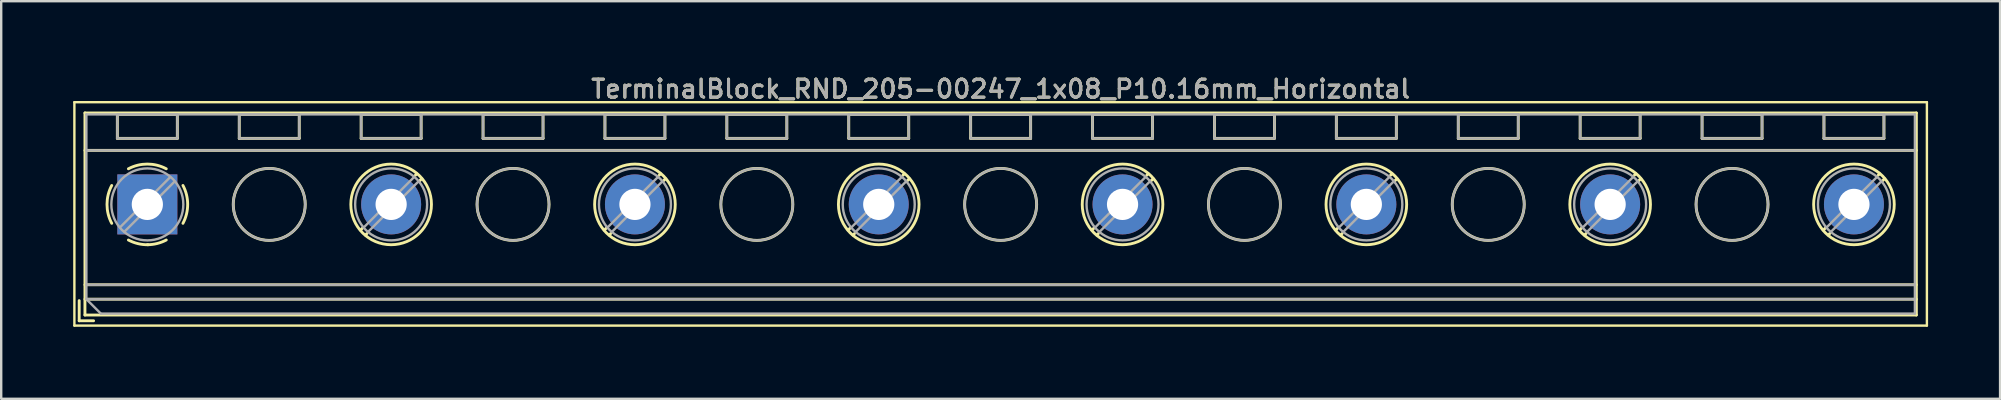
<source format=kicad_pcb>
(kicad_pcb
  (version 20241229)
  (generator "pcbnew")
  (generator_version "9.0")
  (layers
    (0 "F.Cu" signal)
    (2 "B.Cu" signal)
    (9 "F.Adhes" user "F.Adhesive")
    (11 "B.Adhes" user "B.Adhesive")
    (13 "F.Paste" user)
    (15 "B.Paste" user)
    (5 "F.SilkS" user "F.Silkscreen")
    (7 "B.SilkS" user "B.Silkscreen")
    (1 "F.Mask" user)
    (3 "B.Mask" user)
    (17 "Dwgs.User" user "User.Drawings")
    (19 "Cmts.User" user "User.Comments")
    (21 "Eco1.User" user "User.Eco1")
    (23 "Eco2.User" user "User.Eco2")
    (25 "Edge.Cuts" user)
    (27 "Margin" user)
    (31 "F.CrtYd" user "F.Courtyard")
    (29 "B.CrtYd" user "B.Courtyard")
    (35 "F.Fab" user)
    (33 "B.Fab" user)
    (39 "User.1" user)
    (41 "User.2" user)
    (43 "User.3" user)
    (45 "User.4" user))
  (footprint "TerminalBlock_RND_205-00247_1x08_P10.16mm_Horizontal"
    (layer "F.Cu")
    (at 3.09 5.468)
    (property "Reference" "TerminalBlock_RND_205-00247_1x08_P10.16mm_Horizontal" (at 35.56 -4.81 0) (layer "F.SilkS") (effects (font (size 0.75 0.75) (thickness 0.125))))
    (attr through_hole)
    (fp_line (start -3.04 -4.26) (end -3.04 5.05) (stroke (width 0.1) (type solid)) (layer "F.SilkS"))
    (fp_line (start -3.04 5.05) (end 74.16 5.05) (stroke (width 0.1) (type solid)) (layer "F.SilkS"))
    (fp_line (start -2.84 4.01) (end -2.84 4.85) (stroke (width 0.12) (type solid)) (layer "F.SilkS"))
    (fp_line (start -2.84 4.85) (end -2.24 4.85) (stroke (width 0.12) (type solid)) (layer "F.SilkS"))
    (fp_line (start -2.6 -3.811) (end -2.6 4.61) (stroke (width 0.12) (type solid)) (layer "F.SilkS"))
    (fp_line (start -2.6 -3.811) (end 73.721 -3.811) (stroke (width 0.12) (type solid)) (layer "F.SilkS"))
    (fp_line (start -2.6 -2.251) (end 73.721 -2.251) (stroke (width 0.12) (type solid)) (layer "F.SilkS"))
    (fp_line (start -2.6 3.35) (end 73.721 3.35) (stroke (width 0.12) (type solid)) (layer "F.SilkS"))
    (fp_line (start -2.6 3.95) (end 73.721 3.95) (stroke (width 0.12) (type solid)) (layer "F.SilkS"))
    (fp_line (start -2.6 4.61) (end 73.721 4.61) (stroke (width 0.12) (type solid)) (layer "F.SilkS"))
    (fp_line (start -1.25 -3.751) (end -1.25 -2.751) (stroke (width 0.12) (type solid)) (layer "F.SilkS"))
    (fp_line (start -1.25 -3.751) (end 1.25 -3.751) (stroke (width 0.12) (type solid)) (layer "F.SilkS"))
    (fp_line (start -1.25 -2.751) (end 1.25 -2.751) (stroke (width 0.12) (type solid)) (layer "F.SilkS"))
    (fp_line (start 1.25 -3.751) (end 1.25 -2.751) (stroke (width 0.12) (type solid)) (layer "F.SilkS"))
    (fp_line (start 3.83 -3.751) (end 3.83 -2.751) (stroke (width 0.12) (type solid)) (layer "F.SilkS"))
    (fp_line (start 3.83 -3.751) (end 6.33 -3.751) (stroke (width 0.12) (type solid)) (layer "F.SilkS"))
    (fp_line (start 3.83 -2.751) (end 6.33 -2.751) (stroke (width 0.12) (type solid)) (layer "F.SilkS"))
    (fp_line (start 6.33 -3.751) (end 6.33 -2.751) (stroke (width 0.12) (type solid)) (layer "F.SilkS"))
    (fp_line (start 8.91 -3.751) (end 8.91 -2.751) (stroke (width 0.12) (type solid)) (layer "F.SilkS"))
    (fp_line (start 8.91 -3.751) (end 11.41 -3.751) (stroke (width 0.12) (type solid)) (layer "F.SilkS"))
    (fp_line (start 8.91 -2.751) (end 11.41 -2.751) (stroke (width 0.12) (type solid)) (layer "F.SilkS"))
    (fp_line (start 8.98 0.976) (end 8.886 1.069) (stroke (width 0.12) (type solid)) (layer "F.SilkS"))
    (fp_line (start 9.15 1.216) (end 9.091 1.274) (stroke (width 0.12) (type solid)) (layer "F.SilkS"))
    (fp_line (start 11.23 -1.275) (end 11.171 -1.216) (stroke (width 0.12) (type solid)) (layer "F.SilkS"))
    (fp_line (start 11.41 -3.751) (end 11.41 -2.751) (stroke (width 0.12) (type solid)) (layer "F.SilkS"))
    (fp_line (start 11.435 -1.069) (end 11.341 -0.976) (stroke (width 0.12) (type solid)) (layer "F.SilkS"))
    (fp_line (start 13.99 -3.751) (end 13.99 -2.751) (stroke (width 0.12) (type solid)) (layer "F.SilkS"))
    (fp_line (start 13.99 -3.751) (end 16.49 -3.751) (stroke (width 0.12) (type solid)) (layer "F.SilkS"))
    (fp_line (start 13.99 -2.751) (end 16.49 -2.751) (stroke (width 0.12) (type solid)) (layer "F.SilkS"))
    (fp_line (start 16.49 -3.751) (end 16.49 -2.751) (stroke (width 0.12) (type solid)) (layer "F.SilkS"))
    (fp_line (start 19.07 -3.751) (end 19.07 -2.751) (stroke (width 0.12) (type solid)) (layer "F.SilkS"))
    (fp_line (start 19.07 -3.751) (end 21.57 -3.751) (stroke (width 0.12) (type solid)) (layer "F.SilkS"))
    (fp_line (start 19.07 -2.751) (end 21.57 -2.751) (stroke (width 0.12) (type solid)) (layer "F.SilkS"))
    (fp_line (start 19.14 0.976) (end 19.046 1.069) (stroke (width 0.12) (type solid)) (layer "F.SilkS"))
    (fp_line (start 19.31 1.216) (end 19.251 1.274) (stroke (width 0.12) (type solid)) (layer "F.SilkS"))
    (fp_line (start 21.39 -1.275) (end 21.331 -1.216) (stroke (width 0.12) (type solid)) (layer "F.SilkS"))
    (fp_line (start 21.57 -3.751) (end 21.57 -2.751) (stroke (width 0.12) (type solid)) (layer "F.SilkS"))
    (fp_line (start 21.595 -1.069) (end 21.501 -0.976) (stroke (width 0.12) (type solid)) (layer "F.SilkS"))
    (fp_line (start 24.15 -3.751) (end 24.15 -2.751) (stroke (width 0.12) (type solid)) (layer "F.SilkS"))
    (fp_line (start 24.15 -3.751) (end 26.65 -3.751) (stroke (width 0.12) (type solid)) (layer "F.SilkS"))
    (fp_line (start 24.15 -2.751) (end 26.65 -2.751) (stroke (width 0.12) (type solid)) (layer "F.SilkS"))
    (fp_line (start 26.65 -3.751) (end 26.65 -2.751) (stroke (width 0.12) (type solid)) (layer "F.SilkS"))
    (fp_line (start 29.23 -3.751) (end 29.23 -2.751) (stroke (width 0.12) (type solid)) (layer "F.SilkS"))
    (fp_line (start 29.23 -3.751) (end 31.73 -3.751) (stroke (width 0.12) (type solid)) (layer "F.SilkS"))
    (fp_line (start 29.23 -2.751) (end 31.73 -2.751) (stroke (width 0.12) (type solid)) (layer "F.SilkS"))
    (fp_line (start 29.3 0.976) (end 29.206 1.069) (stroke (width 0.12) (type solid)) (layer "F.SilkS"))
    (fp_line (start 29.47 1.216) (end 29.411 1.274) (stroke (width 0.12) (type solid)) (layer "F.SilkS"))
    (fp_line (start 31.55 -1.275) (end 31.491 -1.216) (stroke (width 0.12) (type solid)) (layer "F.SilkS"))
    (fp_line (start 31.73 -3.751) (end 31.73 -2.751) (stroke (width 0.12) (type solid)) (layer "F.SilkS"))
    (fp_line (start 31.755 -1.069) (end 31.661 -0.976) (stroke (width 0.12) (type solid)) (layer "F.SilkS"))
    (fp_line (start 34.31 -3.751) (end 34.31 -2.751) (stroke (width 0.12) (type solid)) (layer "F.SilkS"))
    (fp_line (start 34.31 -3.751) (end 36.81 -3.751) (stroke (width 0.12) (type solid)) (layer "F.SilkS"))
    (fp_line (start 34.31 -2.751) (end 36.81 -2.751) (stroke (width 0.12) (type solid)) (layer "F.SilkS"))
    (fp_line (start 36.81 -3.751) (end 36.81 -2.751) (stroke (width 0.12) (type solid)) (layer "F.SilkS"))
    (fp_line (start 39.39 -3.751) (end 39.39 -2.751) (stroke (width 0.12) (type solid)) (layer "F.SilkS"))
    (fp_line (start 39.39 -3.751) (end 41.89 -3.751) (stroke (width 0.12) (type solid)) (layer "F.SilkS"))
    (fp_line (start 39.39 -2.751) (end 41.89 -2.751) (stroke (width 0.12) (type solid)) (layer "F.SilkS"))
    (fp_line (start 39.46 0.976) (end 39.366 1.069) (stroke (width 0.12) (type solid)) (layer "F.SilkS"))
    (fp_line (start 39.63 1.216) (end 39.571 1.274) (stroke (width 0.12) (type solid)) (layer "F.SilkS"))
    (fp_line (start 41.71 -1.275) (end 41.651 -1.216) (stroke (width 0.12) (type solid)) (layer "F.SilkS"))
    (fp_line (start 41.89 -3.751) (end 41.89 -2.751) (stroke (width 0.12) (type solid)) (layer "F.SilkS"))
    (fp_line (start 41.915 -1.069) (end 41.821 -0.976) (stroke (width 0.12) (type solid)) (layer "F.SilkS"))
    (fp_line (start 44.47 -3.751) (end 44.47 -2.751) (stroke (width 0.12) (type solid)) (layer "F.SilkS"))
    (fp_line (start 44.47 -3.751) (end 46.97 -3.751) (stroke (width 0.12) (type solid)) (layer "F.SilkS"))
    (fp_line (start 44.47 -2.751) (end 46.97 -2.751) (stroke (width 0.12) (type solid)) (layer "F.SilkS"))
    (fp_line (start 46.97 -3.751) (end 46.97 -2.751) (stroke (width 0.12) (type solid)) (layer "F.SilkS"))
    (fp_line (start 49.55 -3.751) (end 49.55 -2.751) (stroke (width 0.12) (type solid)) (layer "F.SilkS"))
    (fp_line (start 49.55 -3.751) (end 52.05 -3.751) (stroke (width 0.12) (type solid)) (layer "F.SilkS"))
    (fp_line (start 49.55 -2.751) (end 52.05 -2.751) (stroke (width 0.12) (type solid)) (layer "F.SilkS"))
    (fp_line (start 49.62 0.976) (end 49.526 1.069) (stroke (width 0.12) (type solid)) (layer "F.SilkS"))
    (fp_line (start 49.79 1.216) (end 49.731 1.274) (stroke (width 0.12) (type solid)) (layer "F.SilkS"))
    (fp_line (start 51.87 -1.275) (end 51.811 -1.216) (stroke (width 0.12) (type solid)) (layer "F.SilkS"))
    (fp_line (start 52.05 -3.751) (end 52.05 -2.751) (stroke (width 0.12) (type solid)) (layer "F.SilkS"))
    (fp_line (start 52.075 -1.069) (end 51.981 -0.976) (stroke (width 0.12) (type solid)) (layer "F.SilkS"))
    (fp_line (start 54.63 -3.751) (end 54.63 -2.751) (stroke (width 0.12) (type solid)) (layer "F.SilkS"))
    (fp_line (start 54.63 -3.751) (end 57.13 -3.751) (stroke (width 0.12) (type solid)) (layer "F.SilkS"))
    (fp_line (start 54.63 -2.751) (end 57.13 -2.751) (stroke (width 0.12) (type solid)) (layer "F.SilkS"))
    (fp_line (start 57.13 -3.751) (end 57.13 -2.751) (stroke (width 0.12) (type solid)) (layer "F.SilkS"))
    (fp_line (start 59.71 -3.751) (end 59.71 -2.751) (stroke (width 0.12) (type solid)) (layer "F.SilkS"))
    (fp_line (start 59.71 -3.751) (end 62.21 -3.751) (stroke (width 0.12) (type solid)) (layer "F.SilkS"))
    (fp_line (start 59.71 -2.751) (end 62.21 -2.751) (stroke (width 0.12) (type solid)) (layer "F.SilkS"))
    (fp_line (start 59.78 0.976) (end 59.686 1.069) (stroke (width 0.12) (type solid)) (layer "F.SilkS"))
    (fp_line (start 59.95 1.216) (end 59.891 1.274) (stroke (width 0.12) (type solid)) (layer "F.SilkS"))
    (fp_line (start 62.03 -1.275) (end 61.971 -1.216) (stroke (width 0.12) (type solid)) (layer "F.SilkS"))
    (fp_line (start 62.21 -3.751) (end 62.21 -2.751) (stroke (width 0.12) (type solid)) (layer "F.SilkS"))
    (fp_line (start 62.235 -1.069) (end 62.141 -0.976) (stroke (width 0.12) (type solid)) (layer "F.SilkS"))
    (fp_line (start 64.791 -3.751) (end 64.791 -2.751) (stroke (width 0.12) (type solid)) (layer "F.SilkS"))
    (fp_line (start 64.791 -3.751) (end 67.29 -3.751) (stroke (width 0.12) (type solid)) (layer "F.SilkS"))
    (fp_line (start 64.791 -2.751) (end 67.29 -2.751) (stroke (width 0.12) (type solid)) (layer "F.SilkS"))
    (fp_line (start 67.29 -3.751) (end 67.29 -2.751) (stroke (width 0.12) (type solid)) (layer "F.SilkS"))
    (fp_line (start 69.87 -3.751) (end 69.87 -2.751) (stroke (width 0.12) (type solid)) (layer "F.SilkS"))
    (fp_line (start 69.87 -3.751) (end 72.37 -3.751) (stroke (width 0.12) (type solid)) (layer "F.SilkS"))
    (fp_line (start 69.87 -2.751) (end 72.37 -2.751) (stroke (width 0.12) (type solid)) (layer "F.SilkS"))
    (fp_line (start 69.94 0.976) (end 69.846 1.069) (stroke (width 0.12) (type solid)) (layer "F.SilkS"))
    (fp_line (start 70.11 1.216) (end 70.051 1.274) (stroke (width 0.12) (type solid)) (layer "F.SilkS"))
    (fp_line (start 72.19 -1.275) (end 72.131 -1.216) (stroke (width 0.12) (type solid)) (layer "F.SilkS"))
    (fp_line (start 72.37 -3.751) (end 72.37 -2.751) (stroke (width 0.12) (type solid)) (layer "F.SilkS"))
    (fp_line (start 72.395 -1.069) (end 72.301 -0.976) (stroke (width 0.12) (type solid)) (layer "F.SilkS"))
    (fp_line (start 73.721 -3.811) (end 73.721 4.61) (stroke (width 0.12) (type solid)) (layer "F.SilkS"))
    (fp_line (start 74.16 -4.26) (end -3.04 -4.26) (stroke (width 0.1) (type solid)) (layer "F.SilkS"))
    (fp_line (start 74.16 5.05) (end 74.16 -4.26) (stroke (width 0.1) (type solid)) (layer "F.SilkS"))
    (fp_arc (start -1.483953 0.789089) (mid -1.680708 0.00005) (end -1.484 -0.789) (stroke (width 0.12) (type solid)) (layer "F.SilkS"))
    (fp_arc (start -0.789089 -1.483953) (mid -0.00005 -1.680708) (end 0.789 -1.484) (stroke (width 0.12) (type solid)) (layer "F.SilkS"))
    (fp_arc (start 0.029383 1.68045) (mid -0.392304 1.634281) (end -0.789 1.484) (stroke (width 0.12) (type solid)) (layer "F.SilkS"))
    (fp_arc (start 0.788712 1.483352) (mid 0.406429 1.630097) (end 0 1.68) (stroke (width 0.12) (type solid)) (layer "F.SilkS"))
    (fp_arc (start 1.483953 -0.789089) (mid 1.680708 -0.00005) (end 1.484 0.789) (stroke (width 0.12) (type solid)) (layer "F.SilkS"))
    (fp_circle (center 5.08 0) (end 6.58 0) (stroke (width 0.12) (type solid)) (fill no) (layer "F.SilkS"))
    (fp_circle (center 10.16 0) (end 11.84 0) (stroke (width 0.12) (type solid)) (fill no) (layer "F.SilkS"))
    (fp_circle (center 15.24 0) (end 16.74 0) (stroke (width 0.12) (type solid)) (fill no) (layer "F.SilkS"))
    (fp_circle (center 20.32 0) (end 22 0) (stroke (width 0.12) (type solid)) (fill no) (layer "F.SilkS"))
    (fp_circle (center 25.4 0) (end 26.9 0) (stroke (width 0.12) (type solid)) (fill no) (layer "F.SilkS"))
    (fp_circle (center 30.48 0) (end 32.16 0) (stroke (width 0.12) (type solid)) (fill no) (layer "F.SilkS"))
    (fp_circle (center 35.56 0) (end 37.06 0) (stroke (width 0.12) (type solid)) (fill no) (layer "F.SilkS"))
    (fp_circle (center 40.64 0) (end 42.32 0) (stroke (width 0.12) (type solid)) (fill no) (layer "F.SilkS"))
    (fp_circle (center 45.72 0) (end 47.22 0) (stroke (width 0.12) (type solid)) (fill no) (layer "F.SilkS"))
    (fp_circle (center 50.8 0) (end 52.48 0) (stroke (width 0.12) (type solid)) (fill no) (layer "F.SilkS"))
    (fp_circle (center 55.88 0) (end 57.38 0) (stroke (width 0.12) (type solid)) (fill no) (layer "F.SilkS"))
    (fp_circle (center 60.96 0) (end 62.64 0) (stroke (width 0.12) (type solid)) (fill no) (layer "F.SilkS"))
    (fp_circle (center 66.04 0) (end 67.54 0) (stroke (width 0.12) (type solid)) (fill no) (layer "F.SilkS"))
    (fp_circle (center 71.12 0) (end 72.8 0) (stroke (width 0.12) (type solid)) (fill no) (layer "F.SilkS"))
    (fp_line (start -2.54 -3.75) (end 73.66 -3.75) (stroke (width 0.1) (type solid)) (layer "F.Fab"))
    (fp_line (start -2.54 -2.25) (end 73.66 -2.25) (stroke (width 0.1) (type solid)) (layer "F.Fab"))
    (fp_line (start -2.54 3.35) (end 73.66 3.35) (stroke (width 0.1) (type solid)) (layer "F.Fab"))
    (fp_line (start -2.54 3.95) (end -2.54 -3.75) (stroke (width 0.1) (type solid)) (layer "F.Fab"))
    (fp_line (start -2.54 3.95) (end 73.66 3.95) (stroke (width 0.1) (type solid)) (layer "F.Fab"))
    (fp_line (start -1.94 4.55) (end -2.54 3.95) (stroke (width 0.1) (type solid)) (layer "F.Fab"))
    (fp_line (start -1.25 -3.75) (end -1.25 -2.75) (stroke (width 0.1) (type solid)) (layer "F.Fab"))
    (fp_line (start -1.25 -2.75) (end 1.25 -2.75) (stroke (width 0.1) (type solid)) (layer "F.Fab"))
    (fp_line (start 0.955 -1.138) (end -1.138 0.955) (stroke (width 0.1) (type solid)) (layer "F.Fab"))
    (fp_line (start 1.138 -0.955) (end -0.955 1.138) (stroke (width 0.1) (type solid)) (layer "F.Fab"))
    (fp_line (start 1.25 -3.75) (end -1.25 -3.75) (stroke (width 0.1) (type solid)) (layer "F.Fab"))
    (fp_line (start 1.25 -2.75) (end 1.25 -3.75) (stroke (width 0.1) (type solid)) (layer "F.Fab"))
    (fp_line (start 3.83 -3.75) (end 3.83 -2.75) (stroke (width 0.1) (type solid)) (layer "F.Fab"))
    (fp_line (start 3.83 -2.75) (end 6.33 -2.75) (stroke (width 0.1) (type solid)) (layer "F.Fab"))
    (fp_line (start 6.33 -3.75) (end 3.83 -3.75) (stroke (width 0.1) (type solid)) (layer "F.Fab"))
    (fp_line (start 6.33 -2.75) (end 6.33 -3.75) (stroke (width 0.1) (type solid)) (layer "F.Fab"))
    (fp_line (start 8.91 -3.75) (end 8.91 -2.75) (stroke (width 0.1) (type solid)) (layer "F.Fab"))
    (fp_line (start 8.91 -2.75) (end 11.41 -2.75) (stroke (width 0.1) (type solid)) (layer "F.Fab"))
    (fp_line (start 11.115 -1.138) (end 9.023 0.955) (stroke (width 0.1) (type solid)) (layer "F.Fab"))
    (fp_line (start 11.298 -0.955) (end 9.206 1.138) (stroke (width 0.1) (type solid)) (layer "F.Fab"))
    (fp_line (start 11.41 -3.75) (end 8.91 -3.75) (stroke (width 0.1) (type solid)) (layer "F.Fab"))
    (fp_line (start 11.41 -2.75) (end 11.41 -3.75) (stroke (width 0.1) (type solid)) (layer "F.Fab"))
    (fp_line (start 13.99 -3.75) (end 13.99 -2.75) (stroke (width 0.1) (type solid)) (layer "F.Fab"))
    (fp_line (start 13.99 -2.75) (end 16.49 -2.75) (stroke (width 0.1) (type solid)) (layer "F.Fab"))
    (fp_line (start 16.49 -3.75) (end 13.99 -3.75) (stroke (width 0.1) (type solid)) (layer "F.Fab"))
    (fp_line (start 16.49 -2.75) (end 16.49 -3.75) (stroke (width 0.1) (type solid)) (layer "F.Fab"))
    (fp_line (start 19.07 -3.75) (end 19.07 -2.75) (stroke (width 0.1) (type solid)) (layer "F.Fab"))
    (fp_line (start 19.07 -2.75) (end 21.57 -2.75) (stroke (width 0.1) (type solid)) (layer "F.Fab"))
    (fp_line (start 21.275 -1.138) (end 19.183 0.955) (stroke (width 0.1) (type solid)) (layer "F.Fab"))
    (fp_line (start 21.458 -0.955) (end 19.366 1.138) (stroke (width 0.1) (type solid)) (layer "F.Fab"))
    (fp_line (start 21.57 -3.75) (end 19.07 -3.75) (stroke (width 0.1) (type solid)) (layer "F.Fab"))
    (fp_line (start 21.57 -2.75) (end 21.57 -3.75) (stroke (width 0.1) (type solid)) (layer "F.Fab"))
    (fp_line (start 24.15 -3.75) (end 24.15 -2.75) (stroke (width 0.1) (type solid)) (layer "F.Fab"))
    (fp_line (start 24.15 -2.75) (end 26.65 -2.75) (stroke (width 0.1) (type solid)) (layer "F.Fab"))
    (fp_line (start 26.65 -3.75) (end 24.15 -3.75) (stroke (width 0.1) (type solid)) (layer "F.Fab"))
    (fp_line (start 26.65 -2.75) (end 26.65 -3.75) (stroke (width 0.1) (type solid)) (layer "F.Fab"))
    (fp_line (start 29.23 -3.75) (end 29.23 -2.75) (stroke (width 0.1) (type solid)) (layer "F.Fab"))
    (fp_line (start 29.23 -2.75) (end 31.73 -2.75) (stroke (width 0.1) (type solid)) (layer "F.Fab"))
    (fp_line (start 31.435 -1.138) (end 29.343 0.955) (stroke (width 0.1) (type solid)) (layer "F.Fab"))
    (fp_line (start 31.618 -0.955) (end 29.526 1.138) (stroke (width 0.1) (type solid)) (layer "F.Fab"))
    (fp_line (start 31.73 -3.75) (end 29.23 -3.75) (stroke (width 0.1) (type solid)) (layer "F.Fab"))
    (fp_line (start 31.73 -2.75) (end 31.73 -3.75) (stroke (width 0.1) (type solid)) (layer "F.Fab"))
    (fp_line (start 34.31 -3.75) (end 34.31 -2.75) (stroke (width 0.1) (type solid)) (layer "F.Fab"))
    (fp_line (start 34.31 -2.75) (end 36.81 -2.75) (stroke (width 0.1) (type solid)) (layer "F.Fab"))
    (fp_line (start 36.81 -3.75) (end 34.31 -3.75) (stroke (width 0.1) (type solid)) (layer "F.Fab"))
    (fp_line (start 36.81 -2.75) (end 36.81 -3.75) (stroke (width 0.1) (type solid)) (layer "F.Fab"))
    (fp_line (start 39.39 -3.75) (end 39.39 -2.75) (stroke (width 0.1) (type solid)) (layer "F.Fab"))
    (fp_line (start 39.39 -2.75) (end 41.89 -2.75) (stroke (width 0.1) (type solid)) (layer "F.Fab"))
    (fp_line (start 41.595 -1.138) (end 39.503 0.955) (stroke (width 0.1) (type solid)) (layer "F.Fab"))
    (fp_line (start 41.778 -0.955) (end 39.686 1.138) (stroke (width 0.1) (type solid)) (layer "F.Fab"))
    (fp_line (start 41.89 -3.75) (end 39.39 -3.75) (stroke (width 0.1) (type solid)) (layer "F.Fab"))
    (fp_line (start 41.89 -2.75) (end 41.89 -3.75) (stroke (width 0.1) (type solid)) (layer "F.Fab"))
    (fp_line (start 44.47 -3.75) (end 44.47 -2.75) (stroke (width 0.1) (type solid)) (layer "F.Fab"))
    (fp_line (start 44.47 -2.75) (end 46.97 -2.75) (stroke (width 0.1) (type solid)) (layer "F.Fab"))
    (fp_line (start 46.97 -3.75) (end 44.47 -3.75) (stroke (width 0.1) (type solid)) (layer "F.Fab"))
    (fp_line (start 46.97 -2.75) (end 46.97 -3.75) (stroke (width 0.1) (type solid)) (layer "F.Fab"))
    (fp_line (start 49.55 -3.75) (end 49.55 -2.75) (stroke (width 0.1) (type solid)) (layer "F.Fab"))
    (fp_line (start 49.55 -2.75) (end 52.05 -2.75) (stroke (width 0.1) (type solid)) (layer "F.Fab"))
    (fp_line (start 51.755 -1.138) (end 49.663 0.955) (stroke (width 0.1) (type solid)) (layer "F.Fab"))
    (fp_line (start 51.938 -0.955) (end 49.846 1.138) (stroke (width 0.1) (type solid)) (layer "F.Fab"))
    (fp_line (start 52.05 -3.75) (end 49.55 -3.75) (stroke (width 0.1) (type solid)) (layer "F.Fab"))
    (fp_line (start 52.05 -2.75) (end 52.05 -3.75) (stroke (width 0.1) (type solid)) (layer "F.Fab"))
    (fp_line (start 54.63 -3.75) (end 54.63 -2.75) (stroke (width 0.1) (type solid)) (layer "F.Fab"))
    (fp_line (start 54.63 -2.75) (end 57.13 -2.75) (stroke (width 0.1) (type solid)) (layer "F.Fab"))
    (fp_line (start 57.13 -3.75) (end 54.63 -3.75) (stroke (width 0.1) (type solid)) (layer "F.Fab"))
    (fp_line (start 57.13 -2.75) (end 57.13 -3.75) (stroke (width 0.1) (type solid)) (layer "F.Fab"))
    (fp_line (start 59.71 -3.75) (end 59.71 -2.75) (stroke (width 0.1) (type solid)) (layer "F.Fab"))
    (fp_line (start 59.71 -2.75) (end 62.21 -2.75) (stroke (width 0.1) (type solid)) (layer "F.Fab"))
    (fp_line (start 61.915 -1.138) (end 59.823 0.955) (stroke (width 0.1) (type solid)) (layer "F.Fab"))
    (fp_line (start 62.098 -0.955) (end 60.006 1.138) (stroke (width 0.1) (type solid)) (layer "F.Fab"))
    (fp_line (start 62.21 -3.75) (end 59.71 -3.75) (stroke (width 0.1) (type solid)) (layer "F.Fab"))
    (fp_line (start 62.21 -2.75) (end 62.21 -3.75) (stroke (width 0.1) (type solid)) (layer "F.Fab"))
    (fp_line (start 64.79 -3.75) (end 64.79 -2.75) (stroke (width 0.1) (type solid)) (layer "F.Fab"))
    (fp_line (start 64.79 -2.75) (end 67.29 -2.75) (stroke (width 0.1) (type solid)) (layer "F.Fab"))
    (fp_line (start 67.29 -3.75) (end 64.79 -3.75) (stroke (width 0.1) (type solid)) (layer "F.Fab"))
    (fp_line (start 67.29 -2.75) (end 67.29 -3.75) (stroke (width 0.1) (type solid)) (layer "F.Fab"))
    (fp_line (start 69.87 -3.75) (end 69.87 -2.75) (stroke (width 0.1) (type solid)) (layer "F.Fab"))
    (fp_line (start 69.87 -2.75) (end 72.37 -2.75) (stroke (width 0.1) (type solid)) (layer "F.Fab"))
    (fp_line (start 72.075 -1.138) (end 69.983 0.955) (stroke (width 0.1) (type solid)) (layer "F.Fab"))
    (fp_line (start 72.258 -0.955) (end 70.166 1.138) (stroke (width 0.1) (type solid)) (layer "F.Fab"))
    (fp_line (start 72.37 -3.75) (end 69.87 -3.75) (stroke (width 0.1) (type solid)) (layer "F.Fab"))
    (fp_line (start 72.37 -2.75) (end 72.37 -3.75) (stroke (width 0.1) (type solid)) (layer "F.Fab"))
    (fp_line (start 73.66 -3.75) (end 73.66 4.55) (stroke (width 0.1) (type solid)) (layer "F.Fab"))
    (fp_line (start 73.66 4.55) (end -1.94 4.55) (stroke (width 0.1) (type solid)) (layer "F.Fab"))
    (fp_circle (center 0 0) (end 1.5 0) (stroke (width 0.1) (type solid)) (fill no) (layer "F.Fab"))
    (fp_circle (center 5.08 0) (end 6.58 0) (stroke (width 0.1) (type solid)) (fill no) (layer "F.Fab"))
    (fp_circle (center 10.16 0) (end 11.66 0) (stroke (width 0.1) (type solid)) (fill no) (layer "F.Fab"))
    (fp_circle (center 15.24 0) (end 16.74 0) (stroke (width 0.1) (type solid)) (fill no) (layer "F.Fab"))
    (fp_circle (center 20.32 0) (end 21.82 0) (stroke (width 0.1) (type solid)) (fill no) (layer "F.Fab"))
    (fp_circle (center 25.4 0) (end 26.9 0) (stroke (width 0.1) (type solid)) (fill no) (layer "F.Fab"))
    (fp_circle (center 30.48 0) (end 31.98 0) (stroke (width 0.1) (type solid)) (fill no) (layer "F.Fab"))
    (fp_circle (center 35.56 0) (end 37.06 0) (stroke (width 0.1) (type solid)) (fill no) (layer "F.Fab"))
    (fp_circle (center 40.64 0) (end 42.14 0) (stroke (width 0.1) (type solid)) (fill no) (layer "F.Fab"))
    (fp_circle (center 45.72 0) (end 47.22 0) (stroke (width 0.1) (type solid)) (fill no) (layer "F.Fab"))
    (fp_circle (center 50.8 0) (end 52.3 0) (stroke (width 0.1) (type solid)) (fill no) (layer "F.Fab"))
    (fp_circle (center 55.88 0) (end 57.38 0) (stroke (width 0.1) (type solid)) (fill no) (layer "F.Fab"))
    (fp_circle (center 60.96 0) (end 62.46 0) (stroke (width 0.1) (type solid)) (fill no) (layer "F.Fab"))
    (fp_circle (center 66.04 0) (end 67.54 0) (stroke (width 0.1) (type solid)) (fill no) (layer "F.Fab"))
    (fp_circle (center 71.12 0) (end 72.62 0) (stroke (width 0.1) (type solid)) (fill no) (layer "F.Fab"))
    (fp_text user "${REFERENCE}" (at 35.56 -4.81 0) (layer "F.Fab") (effects (font (size 0.75 0.75) (thickness 0.125))))
    (pad "1" thru_hole rect (at 0 0) (size 2.5 2.5) (drill 1.3) (layers "*.Cu" "*.Mask"))
    (pad "2" thru_hole circle (at 10.16 0) (size 2.5 2.5) (drill 1.3) (layers "*.Cu" "*.Mask"))
    (pad "3" thru_hole circle (at 20.32 0) (size 2.5 2.5) (drill 1.3) (layers "*.Cu" "*.Mask"))
    (pad "4" thru_hole circle (at 30.48 0) (size 2.5 2.5) (drill 1.3) (layers "*.Cu" "*.Mask"))
    (pad "5" thru_hole circle (at 40.64 0) (size 2.5 2.5) (drill 1.3) (layers "*.Cu" "*.Mask"))
    (pad "6" thru_hole circle (at 50.8 0) (size 2.5 2.5) (drill 1.3) (layers "*.Cu" "*.Mask"))
    (pad "7" thru_hole circle (at 60.96 0) (size 2.5 2.5) (drill 1.3) (layers "*.Cu" "*.Mask"))
    (pad "8" thru_hole circle (at 71.12 0) (size 2.5 2.5) (drill 1.3) (layers "*.Cu" "*.Mask")))
  (gr_rect
    (start -3 -3)
    (end 80.3 13.568)
    (stroke (width 0.1) (type default))
    (fill no)
    (layer "Edge.Cuts")))
</source>
